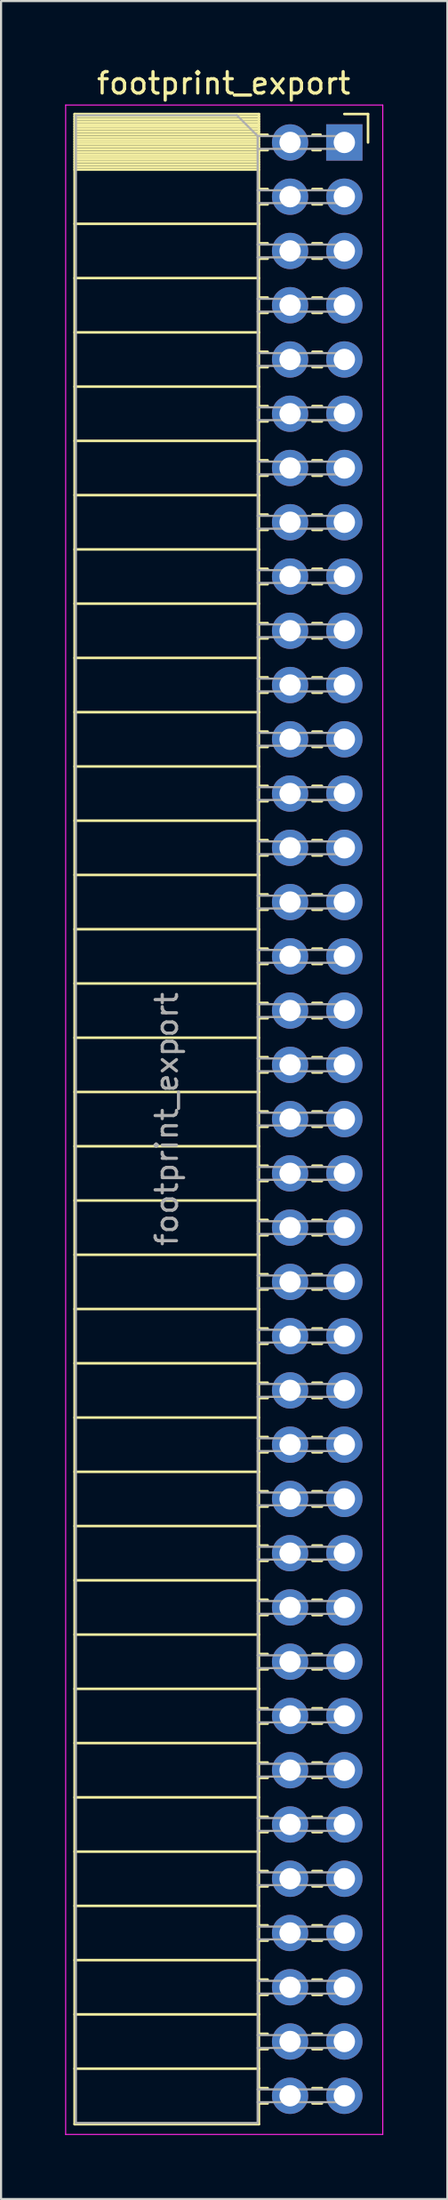
<source format=kicad_pcb>
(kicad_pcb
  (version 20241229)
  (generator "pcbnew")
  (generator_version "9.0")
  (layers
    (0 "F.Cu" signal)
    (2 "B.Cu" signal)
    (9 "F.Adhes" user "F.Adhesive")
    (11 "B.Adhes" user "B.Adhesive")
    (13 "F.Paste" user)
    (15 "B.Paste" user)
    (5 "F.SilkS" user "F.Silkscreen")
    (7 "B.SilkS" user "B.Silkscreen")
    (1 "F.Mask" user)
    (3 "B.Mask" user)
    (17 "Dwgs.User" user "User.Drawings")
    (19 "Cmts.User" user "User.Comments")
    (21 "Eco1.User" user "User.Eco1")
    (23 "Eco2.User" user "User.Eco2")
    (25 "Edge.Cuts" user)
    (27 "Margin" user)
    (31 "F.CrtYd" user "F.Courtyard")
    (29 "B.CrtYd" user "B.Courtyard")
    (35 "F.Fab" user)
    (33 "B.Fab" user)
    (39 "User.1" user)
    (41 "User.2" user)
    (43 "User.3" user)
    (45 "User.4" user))
  (footprint "footprint_export"
    (layer "F.Cu")
    (at 13.075 3.618)
    (property "Reference" "footprint_export" (at -5.65 -2.77 0) (layer "F.SilkS") (effects (font (size 1 1) (thickness 0.15))))
    (attr through_hole)
    (fp_line (start -12.63 -1.33) (end -12.63 92.77) (stroke (width 0.12) (type solid)) (layer "F.SilkS"))
    (fp_line (start -12.63 -1.33) (end -4 -1.33) (stroke (width 0.12) (type solid)) (layer "F.SilkS"))
    (fp_line (start -12.63 -1.21) (end -4 -1.21) (stroke (width 0.12) (type solid)) (layer "F.SilkS"))
    (fp_line (start -12.63 -1.092) (end -4 -1.092) (stroke (width 0.12) (type solid)) (layer "F.SilkS"))
    (fp_line (start -12.63 -0.974) (end -4 -0.974) (stroke (width 0.12) (type solid)) (layer "F.SilkS"))
    (fp_line (start -12.63 -0.856) (end -4 -0.856) (stroke (width 0.12) (type solid)) (layer "F.SilkS"))
    (fp_line (start -12.63 -0.738) (end -4 -0.738) (stroke (width 0.12) (type solid)) (layer "F.SilkS"))
    (fp_line (start -12.63 -0.62) (end -4 -0.62) (stroke (width 0.12) (type solid)) (layer "F.SilkS"))
    (fp_line (start -12.63 -0.501) (end -4 -0.501) (stroke (width 0.12) (type solid)) (layer "F.SilkS"))
    (fp_line (start -12.63 -0.383) (end -4 -0.383) (stroke (width 0.12) (type solid)) (layer "F.SilkS"))
    (fp_line (start -12.63 -0.265) (end -4 -0.265) (stroke (width 0.12) (type solid)) (layer "F.SilkS"))
    (fp_line (start -12.63 -0.147) (end -4 -0.147) (stroke (width 0.12) (type solid)) (layer "F.SilkS"))
    (fp_line (start -12.63 -0.029) (end -4 -0.029) (stroke (width 0.12) (type solid)) (layer "F.SilkS"))
    (fp_line (start -12.63 0.089) (end -4 0.089) (stroke (width 0.12) (type solid)) (layer "F.SilkS"))
    (fp_line (start -12.63 0.207) (end -4 0.207) (stroke (width 0.12) (type solid)) (layer "F.SilkS"))
    (fp_line (start -12.63 0.325) (end -4 0.325) (stroke (width 0.12) (type solid)) (layer "F.SilkS"))
    (fp_line (start -12.63 0.443) (end -4 0.443) (stroke (width 0.12) (type solid)) (layer "F.SilkS"))
    (fp_line (start -12.63 0.561) (end -4 0.561) (stroke (width 0.12) (type solid)) (layer "F.SilkS"))
    (fp_line (start -12.63 0.68) (end -4 0.68) (stroke (width 0.12) (type solid)) (layer "F.SilkS"))
    (fp_line (start -12.63 0.798) (end -4 0.798) (stroke (width 0.12) (type solid)) (layer "F.SilkS"))
    (fp_line (start -12.63 0.916) (end -4 0.916) (stroke (width 0.12) (type solid)) (layer "F.SilkS"))
    (fp_line (start -12.63 1.034) (end -4 1.034) (stroke (width 0.12) (type solid)) (layer "F.SilkS"))
    (fp_line (start -12.63 1.152) (end -4 1.152) (stroke (width 0.12) (type solid)) (layer "F.SilkS"))
    (fp_line (start -12.63 1.27) (end -4 1.27) (stroke (width 0.12) (type solid)) (layer "F.SilkS"))
    (fp_line (start -12.63 3.81) (end -4 3.81) (stroke (width 0.12) (type solid)) (layer "F.SilkS"))
    (fp_line (start -12.63 6.35) (end -4 6.35) (stroke (width 0.12) (type solid)) (layer "F.SilkS"))
    (fp_line (start -12.63 8.89) (end -4 8.89) (stroke (width 0.12) (type solid)) (layer "F.SilkS"))
    (fp_line (start -12.63 11.43) (end -4 11.43) (stroke (width 0.12) (type solid)) (layer "F.SilkS"))
    (fp_line (start -12.63 13.97) (end -4 13.97) (stroke (width 0.12) (type solid)) (layer "F.SilkS"))
    (fp_line (start -12.63 16.51) (end -4 16.51) (stroke (width 0.12) (type solid)) (layer "F.SilkS"))
    (fp_line (start -12.63 19.05) (end -4 19.05) (stroke (width 0.12) (type solid)) (layer "F.SilkS"))
    (fp_line (start -12.63 21.59) (end -4 21.59) (stroke (width 0.12) (type solid)) (layer "F.SilkS"))
    (fp_line (start -12.63 24.13) (end -4 24.13) (stroke (width 0.12) (type solid)) (layer "F.SilkS"))
    (fp_line (start -12.63 26.67) (end -4 26.67) (stroke (width 0.12) (type solid)) (layer "F.SilkS"))
    (fp_line (start -12.63 29.21) (end -4 29.21) (stroke (width 0.12) (type solid)) (layer "F.SilkS"))
    (fp_line (start -12.63 31.75) (end -4 31.75) (stroke (width 0.12) (type solid)) (layer "F.SilkS"))
    (fp_line (start -12.63 34.29) (end -4 34.29) (stroke (width 0.12) (type solid)) (layer "F.SilkS"))
    (fp_line (start -12.63 36.83) (end -4 36.83) (stroke (width 0.12) (type solid)) (layer "F.SilkS"))
    (fp_line (start -12.63 39.37) (end -4 39.37) (stroke (width 0.12) (type solid)) (layer "F.SilkS"))
    (fp_line (start -12.63 41.91) (end -4 41.91) (stroke (width 0.12) (type solid)) (layer "F.SilkS"))
    (fp_line (start -12.63 44.45) (end -4 44.45) (stroke (width 0.12) (type solid)) (layer "F.SilkS"))
    (fp_line (start -12.63 46.99) (end -4 46.99) (stroke (width 0.12) (type solid)) (layer "F.SilkS"))
    (fp_line (start -12.63 49.53) (end -4 49.53) (stroke (width 0.12) (type solid)) (layer "F.SilkS"))
    (fp_line (start -12.63 52.07) (end -4 52.07) (stroke (width 0.12) (type solid)) (layer "F.SilkS"))
    (fp_line (start -12.63 54.61) (end -4 54.61) (stroke (width 0.12) (type solid)) (layer "F.SilkS"))
    (fp_line (start -12.63 57.15) (end -4 57.15) (stroke (width 0.12) (type solid)) (layer "F.SilkS"))
    (fp_line (start -12.63 59.69) (end -4 59.69) (stroke (width 0.12) (type solid)) (layer "F.SilkS"))
    (fp_line (start -12.63 62.23) (end -4 62.23) (stroke (width 0.12) (type solid)) (layer "F.SilkS"))
    (fp_line (start -12.63 64.77) (end -4 64.77) (stroke (width 0.12) (type solid)) (layer "F.SilkS"))
    (fp_line (start -12.63 67.31) (end -4 67.31) (stroke (width 0.12) (type solid)) (layer "F.SilkS"))
    (fp_line (start -12.63 69.85) (end -4 69.85) (stroke (width 0.12) (type solid)) (layer "F.SilkS"))
    (fp_line (start -12.63 72.39) (end -4 72.39) (stroke (width 0.12) (type solid)) (layer "F.SilkS"))
    (fp_line (start -12.63 74.93) (end -4 74.93) (stroke (width 0.12) (type solid)) (layer "F.SilkS"))
    (fp_line (start -12.63 77.47) (end -4 77.47) (stroke (width 0.12) (type solid)) (layer "F.SilkS"))
    (fp_line (start -12.63 80.01) (end -4 80.01) (stroke (width 0.12) (type solid)) (layer "F.SilkS"))
    (fp_line (start -12.63 82.55) (end -4 82.55) (stroke (width 0.12) (type solid)) (layer "F.SilkS"))
    (fp_line (start -12.63 85.09) (end -4 85.09) (stroke (width 0.12) (type solid)) (layer "F.SilkS"))
    (fp_line (start -12.63 87.63) (end -4 87.63) (stroke (width 0.12) (type solid)) (layer "F.SilkS"))
    (fp_line (start -12.63 90.17) (end -4 90.17) (stroke (width 0.12) (type solid)) (layer "F.SilkS"))
    (fp_line (start -12.63 92.77) (end -4 92.77) (stroke (width 0.12) (type solid)) (layer "F.SilkS"))
    (fp_line (start -4 -1.33) (end -4 92.77) (stroke (width 0.12) (type solid)) (layer "F.SilkS"))
    (fp_line (start -4 -0.36) (end -3.59 -0.36) (stroke (width 0.12) (type solid)) (layer "F.SilkS"))
    (fp_line (start -4 0.36) (end -3.59 0.36) (stroke (width 0.12) (type solid)) (layer "F.SilkS"))
    (fp_line (start -4 2.18) (end -3.59 2.18) (stroke (width 0.12) (type solid)) (layer "F.SilkS"))
    (fp_line (start -4 2.9) (end -3.59 2.9) (stroke (width 0.12) (type solid)) (layer "F.SilkS"))
    (fp_line (start -4 4.72) (end -3.59 4.72) (stroke (width 0.12) (type solid)) (layer "F.SilkS"))
    (fp_line (start -4 5.44) (end -3.59 5.44) (stroke (width 0.12) (type solid)) (layer "F.SilkS"))
    (fp_line (start -4 7.26) (end -3.59 7.26) (stroke (width 0.12) (type solid)) (layer "F.SilkS"))
    (fp_line (start -4 7.98) (end -3.59 7.98) (stroke (width 0.12) (type solid)) (layer "F.SilkS"))
    (fp_line (start -4 9.8) (end -3.59 9.8) (stroke (width 0.12) (type solid)) (layer "F.SilkS"))
    (fp_line (start -4 10.52) (end -3.59 10.52) (stroke (width 0.12) (type solid)) (layer "F.SilkS"))
    (fp_line (start -4 12.34) (end -3.59 12.34) (stroke (width 0.12) (type solid)) (layer "F.SilkS"))
    (fp_line (start -4 13.06) (end -3.59 13.06) (stroke (width 0.12) (type solid)) (layer "F.SilkS"))
    (fp_line (start -4 14.88) (end -3.59 14.88) (stroke (width 0.12) (type solid)) (layer "F.SilkS"))
    (fp_line (start -4 15.6) (end -3.59 15.6) (stroke (width 0.12) (type solid)) (layer "F.SilkS"))
    (fp_line (start -4 17.42) (end -3.59 17.42) (stroke (width 0.12) (type solid)) (layer "F.SilkS"))
    (fp_line (start -4 18.14) (end -3.59 18.14) (stroke (width 0.12) (type solid)) (layer "F.SilkS"))
    (fp_line (start -4 19.96) (end -3.59 19.96) (stroke (width 0.12) (type solid)) (layer "F.SilkS"))
    (fp_line (start -4 20.68) (end -3.59 20.68) (stroke (width 0.12) (type solid)) (layer "F.SilkS"))
    (fp_line (start -4 22.5) (end -3.59 22.5) (stroke (width 0.12) (type solid)) (layer "F.SilkS"))
    (fp_line (start -4 23.22) (end -3.59 23.22) (stroke (width 0.12) (type solid)) (layer "F.SilkS"))
    (fp_line (start -4 25.04) (end -3.59 25.04) (stroke (width 0.12) (type solid)) (layer "F.SilkS"))
    (fp_line (start -4 25.76) (end -3.59 25.76) (stroke (width 0.12) (type solid)) (layer "F.SilkS"))
    (fp_line (start -4 27.58) (end -3.59 27.58) (stroke (width 0.12) (type solid)) (layer "F.SilkS"))
    (fp_line (start -4 28.3) (end -3.59 28.3) (stroke (width 0.12) (type solid)) (layer "F.SilkS"))
    (fp_line (start -4 30.12) (end -3.59 30.12) (stroke (width 0.12) (type solid)) (layer "F.SilkS"))
    (fp_line (start -4 30.84) (end -3.59 30.84) (stroke (width 0.12) (type solid)) (layer "F.SilkS"))
    (fp_line (start -4 32.66) (end -3.59 32.66) (stroke (width 0.12) (type solid)) (layer "F.SilkS"))
    (fp_line (start -4 33.38) (end -3.59 33.38) (stroke (width 0.12) (type solid)) (layer "F.SilkS"))
    (fp_line (start -4 35.2) (end -3.59 35.2) (stroke (width 0.12) (type solid)) (layer "F.SilkS"))
    (fp_line (start -4 35.92) (end -3.59 35.92) (stroke (width 0.12) (type solid)) (layer "F.SilkS"))
    (fp_line (start -4 37.74) (end -3.59 37.74) (stroke (width 0.12) (type solid)) (layer "F.SilkS"))
    (fp_line (start -4 38.46) (end -3.59 38.46) (stroke (width 0.12) (type solid)) (layer "F.SilkS"))
    (fp_line (start -4 40.28) (end -3.59 40.28) (stroke (width 0.12) (type solid)) (layer "F.SilkS"))
    (fp_line (start -4 41) (end -3.59 41) (stroke (width 0.12) (type solid)) (layer "F.SilkS"))
    (fp_line (start -4 42.82) (end -3.59 42.82) (stroke (width 0.12) (type solid)) (layer "F.SilkS"))
    (fp_line (start -4 43.54) (end -3.59 43.54) (stroke (width 0.12) (type solid)) (layer "F.SilkS"))
    (fp_line (start -4 45.36) (end -3.59 45.36) (stroke (width 0.12) (type solid)) (layer "F.SilkS"))
    (fp_line (start -4 46.08) (end -3.59 46.08) (stroke (width 0.12) (type solid)) (layer "F.SilkS"))
    (fp_line (start -4 47.9) (end -3.59 47.9) (stroke (width 0.12) (type solid)) (layer "F.SilkS"))
    (fp_line (start -4 48.62) (end -3.59 48.62) (stroke (width 0.12) (type solid)) (layer "F.SilkS"))
    (fp_line (start -4 50.44) (end -3.59 50.44) (stroke (width 0.12) (type solid)) (layer "F.SilkS"))
    (fp_line (start -4 51.16) (end -3.59 51.16) (stroke (width 0.12) (type solid)) (layer "F.SilkS"))
    (fp_line (start -4 52.98) (end -3.59 52.98) (stroke (width 0.12) (type solid)) (layer "F.SilkS"))
    (fp_line (start -4 53.7) (end -3.59 53.7) (stroke (width 0.12) (type solid)) (layer "F.SilkS"))
    (fp_line (start -4 55.52) (end -3.59 55.52) (stroke (width 0.12) (type solid)) (layer "F.SilkS"))
    (fp_line (start -4 56.24) (end -3.59 56.24) (stroke (width 0.12) (type solid)) (layer "F.SilkS"))
    (fp_line (start -4 58.06) (end -3.59 58.06) (stroke (width 0.12) (type solid)) (layer "F.SilkS"))
    (fp_line (start -4 58.78) (end -3.59 58.78) (stroke (width 0.12) (type solid)) (layer "F.SilkS"))
    (fp_line (start -4 60.6) (end -3.59 60.6) (stroke (width 0.12) (type solid)) (layer "F.SilkS"))
    (fp_line (start -4 61.32) (end -3.59 61.32) (stroke (width 0.12) (type solid)) (layer "F.SilkS"))
    (fp_line (start -4 63.14) (end -3.59 63.14) (stroke (width 0.12) (type solid)) (layer "F.SilkS"))
    (fp_line (start -4 63.86) (end -3.59 63.86) (stroke (width 0.12) (type solid)) (layer "F.SilkS"))
    (fp_line (start -4 65.68) (end -3.59 65.68) (stroke (width 0.12) (type solid)) (layer "F.SilkS"))
    (fp_line (start -4 66.4) (end -3.59 66.4) (stroke (width 0.12) (type solid)) (layer "F.SilkS"))
    (fp_line (start -4 68.22) (end -3.59 68.22) (stroke (width 0.12) (type solid)) (layer "F.SilkS"))
    (fp_line (start -4 68.94) (end -3.59 68.94) (stroke (width 0.12) (type solid)) (layer "F.SilkS"))
    (fp_line (start -4 70.76) (end -3.59 70.76) (stroke (width 0.12) (type solid)) (layer "F.SilkS"))
    (fp_line (start -4 71.48) (end -3.59 71.48) (stroke (width 0.12) (type solid)) (layer "F.SilkS"))
    (fp_line (start -4 73.3) (end -3.59 73.3) (stroke (width 0.12) (type solid)) (layer "F.SilkS"))
    (fp_line (start -4 74.02) (end -3.59 74.02) (stroke (width 0.12) (type solid)) (layer "F.SilkS"))
    (fp_line (start -4 75.84) (end -3.59 75.84) (stroke (width 0.12) (type solid)) (layer "F.SilkS"))
    (fp_line (start -4 76.56) (end -3.59 76.56) (stroke (width 0.12) (type solid)) (layer "F.SilkS"))
    (fp_line (start -4 78.38) (end -3.59 78.38) (stroke (width 0.12) (type solid)) (layer "F.SilkS"))
    (fp_line (start -4 79.1) (end -3.59 79.1) (stroke (width 0.12) (type solid)) (layer "F.SilkS"))
    (fp_line (start -4 80.92) (end -3.59 80.92) (stroke (width 0.12) (type solid)) (layer "F.SilkS"))
    (fp_line (start -4 81.64) (end -3.59 81.64) (stroke (width 0.12) (type solid)) (layer "F.SilkS"))
    (fp_line (start -4 83.46) (end -3.59 83.46) (stroke (width 0.12) (type solid)) (layer "F.SilkS"))
    (fp_line (start -4 84.18) (end -3.59 84.18) (stroke (width 0.12) (type solid)) (layer "F.SilkS"))
    (fp_line (start -4 86) (end -3.59 86) (stroke (width 0.12) (type solid)) (layer "F.SilkS"))
    (fp_line (start -4 86.72) (end -3.59 86.72) (stroke (width 0.12) (type solid)) (layer "F.SilkS"))
    (fp_line (start -4 88.54) (end -3.59 88.54) (stroke (width 0.12) (type solid)) (layer "F.SilkS"))
    (fp_line (start -4 89.26) (end -3.59 89.26) (stroke (width 0.12) (type solid)) (layer "F.SilkS"))
    (fp_line (start -4 91.08) (end -3.59 91.08) (stroke (width 0.12) (type solid)) (layer "F.SilkS"))
    (fp_line (start -4 91.8) (end -3.59 91.8) (stroke (width 0.12) (type solid)) (layer "F.SilkS"))
    (fp_line (start -1.49 -0.36) (end -1.11 -0.36) (stroke (width 0.12) (type solid)) (layer "F.SilkS"))
    (fp_line (start -1.49 0.36) (end -1.11 0.36) (stroke (width 0.12) (type solid)) (layer "F.SilkS"))
    (fp_line (start -1.49 2.18) (end -1.05 2.18) (stroke (width 0.12) (type solid)) (layer "F.SilkS"))
    (fp_line (start -1.49 2.9) (end -1.05 2.9) (stroke (width 0.12) (type solid)) (layer "F.SilkS"))
    (fp_line (start -1.49 4.72) (end -1.05 4.72) (stroke (width 0.12) (type solid)) (layer "F.SilkS"))
    (fp_line (start -1.49 5.44) (end -1.05 5.44) (stroke (width 0.12) (type solid)) (layer "F.SilkS"))
    (fp_line (start -1.49 7.26) (end -1.05 7.26) (stroke (width 0.12) (type solid)) (layer "F.SilkS"))
    (fp_line (start -1.49 7.98) (end -1.05 7.98) (stroke (width 0.12) (type solid)) (layer "F.SilkS"))
    (fp_line (start -1.49 9.8) (end -1.05 9.8) (stroke (width 0.12) (type solid)) (layer "F.SilkS"))
    (fp_line (start -1.49 10.52) (end -1.05 10.52) (stroke (width 0.12) (type solid)) (layer "F.SilkS"))
    (fp_line (start -1.49 12.34) (end -1.05 12.34) (stroke (width 0.12) (type solid)) (layer "F.SilkS"))
    (fp_line (start -1.49 13.06) (end -1.05 13.06) (stroke (width 0.12) (type solid)) (layer "F.SilkS"))
    (fp_line (start -1.49 14.88) (end -1.05 14.88) (stroke (width 0.12) (type solid)) (layer "F.SilkS"))
    (fp_line (start -1.49 15.6) (end -1.05 15.6) (stroke (width 0.12) (type solid)) (layer "F.SilkS"))
    (fp_line (start -1.49 17.42) (end -1.05 17.42) (stroke (width 0.12) (type solid)) (layer "F.SilkS"))
    (fp_line (start -1.49 18.14) (end -1.05 18.14) (stroke (width 0.12) (type solid)) (layer "F.SilkS"))
    (fp_line (start -1.49 19.96) (end -1.05 19.96) (stroke (width 0.12) (type solid)) (layer "F.SilkS"))
    (fp_line (start -1.49 20.68) (end -1.05 20.68) (stroke (width 0.12) (type solid)) (layer "F.SilkS"))
    (fp_line (start -1.49 22.5) (end -1.05 22.5) (stroke (width 0.12) (type solid)) (layer "F.SilkS"))
    (fp_line (start -1.49 23.22) (end -1.05 23.22) (stroke (width 0.12) (type solid)) (layer "F.SilkS"))
    (fp_line (start -1.49 25.04) (end -1.05 25.04) (stroke (width 0.12) (type solid)) (layer "F.SilkS"))
    (fp_line (start -1.49 25.76) (end -1.05 25.76) (stroke (width 0.12) (type solid)) (layer "F.SilkS"))
    (fp_line (start -1.49 27.58) (end -1.05 27.58) (stroke (width 0.12) (type solid)) (layer "F.SilkS"))
    (fp_line (start -1.49 28.3) (end -1.05 28.3) (stroke (width 0.12) (type solid)) (layer "F.SilkS"))
    (fp_line (start -1.49 30.12) (end -1.05 30.12) (stroke (width 0.12) (type solid)) (layer "F.SilkS"))
    (fp_line (start -1.49 30.84) (end -1.05 30.84) (stroke (width 0.12) (type solid)) (layer "F.SilkS"))
    (fp_line (start -1.49 32.66) (end -1.05 32.66) (stroke (width 0.12) (type solid)) (layer "F.SilkS"))
    (fp_line (start -1.49 33.38) (end -1.05 33.38) (stroke (width 0.12) (type solid)) (layer "F.SilkS"))
    (fp_line (start -1.49 35.2) (end -1.05 35.2) (stroke (width 0.12) (type solid)) (layer "F.SilkS"))
    (fp_line (start -1.49 35.92) (end -1.05 35.92) (stroke (width 0.12) (type solid)) (layer "F.SilkS"))
    (fp_line (start -1.49 37.74) (end -1.05 37.74) (stroke (width 0.12) (type solid)) (layer "F.SilkS"))
    (fp_line (start -1.49 38.46) (end -1.05 38.46) (stroke (width 0.12) (type solid)) (layer "F.SilkS"))
    (fp_line (start -1.49 40.28) (end -1.05 40.28) (stroke (width 0.12) (type solid)) (layer "F.SilkS"))
    (fp_line (start -1.49 41) (end -1.05 41) (stroke (width 0.12) (type solid)) (layer "F.SilkS"))
    (fp_line (start -1.49 42.82) (end -1.05 42.82) (stroke (width 0.12) (type solid)) (layer "F.SilkS"))
    (fp_line (start -1.49 43.54) (end -1.05 43.54) (stroke (width 0.12) (type solid)) (layer "F.SilkS"))
    (fp_line (start -1.49 45.36) (end -1.05 45.36) (stroke (width 0.12) (type solid)) (layer "F.SilkS"))
    (fp_line (start -1.49 46.08) (end -1.05 46.08) (stroke (width 0.12) (type solid)) (layer "F.SilkS"))
    (fp_line (start -1.49 47.9) (end -1.05 47.9) (stroke (width 0.12) (type solid)) (layer "F.SilkS"))
    (fp_line (start -1.49 48.62) (end -1.05 48.62) (stroke (width 0.12) (type solid)) (layer "F.SilkS"))
    (fp_line (start -1.49 50.44) (end -1.05 50.44) (stroke (width 0.12) (type solid)) (layer "F.SilkS"))
    (fp_line (start -1.49 51.16) (end -1.05 51.16) (stroke (width 0.12) (type solid)) (layer "F.SilkS"))
    (fp_line (start -1.49 52.98) (end -1.05 52.98) (stroke (width 0.12) (type solid)) (layer "F.SilkS"))
    (fp_line (start -1.49 53.7) (end -1.05 53.7) (stroke (width 0.12) (type solid)) (layer "F.SilkS"))
    (fp_line (start -1.49 55.52) (end -1.05 55.52) (stroke (width 0.12) (type solid)) (layer "F.SilkS"))
    (fp_line (start -1.49 56.24) (end -1.05 56.24) (stroke (width 0.12) (type solid)) (layer "F.SilkS"))
    (fp_line (start -1.49 58.06) (end -1.05 58.06) (stroke (width 0.12) (type solid)) (layer "F.SilkS"))
    (fp_line (start -1.49 58.78) (end -1.05 58.78) (stroke (width 0.12) (type solid)) (layer "F.SilkS"))
    (fp_line (start -1.49 60.6) (end -1.05 60.6) (stroke (width 0.12) (type solid)) (layer "F.SilkS"))
    (fp_line (start -1.49 61.32) (end -1.05 61.32) (stroke (width 0.12) (type solid)) (layer "F.SilkS"))
    (fp_line (start -1.49 63.14) (end -1.05 63.14) (stroke (width 0.12) (type solid)) (layer "F.SilkS"))
    (fp_line (start -1.49 63.86) (end -1.05 63.86) (stroke (width 0.12) (type solid)) (layer "F.SilkS"))
    (fp_line (start -1.49 65.68) (end -1.05 65.68) (stroke (width 0.12) (type solid)) (layer "F.SilkS"))
    (fp_line (start -1.49 66.4) (end -1.05 66.4) (stroke (width 0.12) (type solid)) (layer "F.SilkS"))
    (fp_line (start -1.49 68.22) (end -1.05 68.22) (stroke (width 0.12) (type solid)) (layer "F.SilkS"))
    (fp_line (start -1.49 68.94) (end -1.05 68.94) (stroke (width 0.12) (type solid)) (layer "F.SilkS"))
    (fp_line (start -1.49 70.76) (end -1.05 70.76) (stroke (width 0.12) (type solid)) (layer "F.SilkS"))
    (fp_line (start -1.49 71.48) (end -1.05 71.48) (stroke (width 0.12) (type solid)) (layer "F.SilkS"))
    (fp_line (start -1.49 73.3) (end -1.05 73.3) (stroke (width 0.12) (type solid)) (layer "F.SilkS"))
    (fp_line (start -1.49 74.02) (end -1.05 74.02) (stroke (width 0.12) (type solid)) (layer "F.SilkS"))
    (fp_line (start -1.49 75.84) (end -1.05 75.84) (stroke (width 0.12) (type solid)) (layer "F.SilkS"))
    (fp_line (start -1.49 76.56) (end -1.05 76.56) (stroke (width 0.12) (type solid)) (layer "F.SilkS"))
    (fp_line (start -1.49 78.38) (end -1.05 78.38) (stroke (width 0.12) (type solid)) (layer "F.SilkS"))
    (fp_line (start -1.49 79.1) (end -1.05 79.1) (stroke (width 0.12) (type solid)) (layer "F.SilkS"))
    (fp_line (start -1.49 80.92) (end -1.05 80.92) (stroke (width 0.12) (type solid)) (layer "F.SilkS"))
    (fp_line (start -1.49 81.64) (end -1.05 81.64) (stroke (width 0.12) (type solid)) (layer "F.SilkS"))
    (fp_line (start -1.49 83.46) (end -1.05 83.46) (stroke (width 0.12) (type solid)) (layer "F.SilkS"))
    (fp_line (start -1.49 84.18) (end -1.05 84.18) (stroke (width 0.12) (type solid)) (layer "F.SilkS"))
    (fp_line (start -1.49 86) (end -1.05 86) (stroke (width 0.12) (type solid)) (layer "F.SilkS"))
    (fp_line (start -1.49 86.72) (end -1.05 86.72) (stroke (width 0.12) (type solid)) (layer "F.SilkS"))
    (fp_line (start -1.49 88.54) (end -1.05 88.54) (stroke (width 0.12) (type solid)) (layer "F.SilkS"))
    (fp_line (start -1.49 89.26) (end -1.05 89.26) (stroke (width 0.12) (type solid)) (layer "F.SilkS"))
    (fp_line (start -1.49 91.08) (end -1.05 91.08) (stroke (width 0.12) (type solid)) (layer "F.SilkS"))
    (fp_line (start -1.49 91.8) (end -1.05 91.8) (stroke (width 0.12) (type solid)) (layer "F.SilkS"))
    (fp_line (start 0 -1.33) (end 1.11 -1.33) (stroke (width 0.12) (type solid)) (layer "F.SilkS"))
    (fp_line (start 1.11 -1.33) (end 1.11 0) (stroke (width 0.12) (type solid)) (layer "F.SilkS"))
    (fp_line (start -13.05 -1.75) (end -13.05 93.25) (stroke (width 0.05) (type solid)) (layer "F.CrtYd"))
    (fp_line (start -13.05 93.25) (end 1.8 93.25) (stroke (width 0.05) (type solid)) (layer "F.CrtYd"))
    (fp_line (start 1.8 -1.75) (end -13.05 -1.75) (stroke (width 0.05) (type solid)) (layer "F.CrtYd"))
    (fp_line (start 1.8 93.25) (end 1.8 -1.75) (stroke (width 0.05) (type solid)) (layer "F.CrtYd"))
    (fp_line (start -12.57 -1.27) (end -5.03 -1.27) (stroke (width 0.1) (type solid)) (layer "F.Fab"))
    (fp_line (start -12.57 92.71) (end -12.57 -1.27) (stroke (width 0.1) (type solid)) (layer "F.Fab"))
    (fp_line (start -5.03 -1.27) (end -4.06 -0.3) (stroke (width 0.1) (type solid)) (layer "F.Fab"))
    (fp_line (start -4.06 -0.3) (end -4.06 92.71) (stroke (width 0.1) (type solid)) (layer "F.Fab"))
    (fp_line (start -4.06 0.3) (end 0 0.3) (stroke (width 0.1) (type solid)) (layer "F.Fab"))
    (fp_line (start -4.06 2.84) (end 0 2.84) (stroke (width 0.1) (type solid)) (layer "F.Fab"))
    (fp_line (start -4.06 5.38) (end 0 5.38) (stroke (width 0.1) (type solid)) (layer "F.Fab"))
    (fp_line (start -4.06 7.92) (end 0 7.92) (stroke (width 0.1) (type solid)) (layer "F.Fab"))
    (fp_line (start -4.06 10.46) (end 0 10.46) (stroke (width 0.1) (type solid)) (layer "F.Fab"))
    (fp_line (start -4.06 13) (end 0 13) (stroke (width 0.1) (type solid)) (layer "F.Fab"))
    (fp_line (start -4.06 15.54) (end 0 15.54) (stroke (width 0.1) (type solid)) (layer "F.Fab"))
    (fp_line (start -4.06 18.08) (end 0 18.08) (stroke (width 0.1) (type solid)) (layer "F.Fab"))
    (fp_line (start -4.06 20.62) (end 0 20.62) (stroke (width 0.1) (type solid)) (layer "F.Fab"))
    (fp_line (start -4.06 23.16) (end 0 23.16) (stroke (width 0.1) (type solid)) (layer "F.Fab"))
    (fp_line (start -4.06 25.7) (end 0 25.7) (stroke (width 0.1) (type solid)) (layer "F.Fab"))
    (fp_line (start -4.06 28.24) (end 0 28.24) (stroke (width 0.1) (type solid)) (layer "F.Fab"))
    (fp_line (start -4.06 30.78) (end 0 30.78) (stroke (width 0.1) (type solid)) (layer "F.Fab"))
    (fp_line (start -4.06 33.32) (end 0 33.32) (stroke (width 0.1) (type solid)) (layer "F.Fab"))
    (fp_line (start -4.06 35.86) (end 0 35.86) (stroke (width 0.1) (type solid)) (layer "F.Fab"))
    (fp_line (start -4.06 38.4) (end 0 38.4) (stroke (width 0.1) (type solid)) (layer "F.Fab"))
    (fp_line (start -4.06 40.94) (end 0 40.94) (stroke (width 0.1) (type solid)) (layer "F.Fab"))
    (fp_line (start -4.06 43.48) (end 0 43.48) (stroke (width 0.1) (type solid)) (layer "F.Fab"))
    (fp_line (start -4.06 46.02) (end 0 46.02) (stroke (width 0.1) (type solid)) (layer "F.Fab"))
    (fp_line (start -4.06 48.56) (end 0 48.56) (stroke (width 0.1) (type solid)) (layer "F.Fab"))
    (fp_line (start -4.06 51.1) (end 0 51.1) (stroke (width 0.1) (type solid)) (layer "F.Fab"))
    (fp_line (start -4.06 53.64) (end 0 53.64) (stroke (width 0.1) (type solid)) (layer "F.Fab"))
    (fp_line (start -4.06 56.18) (end 0 56.18) (stroke (width 0.1) (type solid)) (layer "F.Fab"))
    (fp_line (start -4.06 58.72) (end 0 58.72) (stroke (width 0.1) (type solid)) (layer "F.Fab"))
    (fp_line (start -4.06 61.26) (end 0 61.26) (stroke (width 0.1) (type solid)) (layer "F.Fab"))
    (fp_line (start -4.06 63.8) (end 0 63.8) (stroke (width 0.1) (type solid)) (layer "F.Fab"))
    (fp_line (start -4.06 66.34) (end 0 66.34) (stroke (width 0.1) (type solid)) (layer "F.Fab"))
    (fp_line (start -4.06 68.88) (end 0 68.88) (stroke (width 0.1) (type solid)) (layer "F.Fab"))
    (fp_line (start -4.06 71.42) (end 0 71.42) (stroke (width 0.1) (type solid)) (layer "F.Fab"))
    (fp_line (start -4.06 73.96) (end 0 73.96) (stroke (width 0.1) (type solid)) (layer "F.Fab"))
    (fp_line (start -4.06 76.5) (end 0 76.5) (stroke (width 0.1) (type solid)) (layer "F.Fab"))
    (fp_line (start -4.06 79.04) (end 0 79.04) (stroke (width 0.1) (type solid)) (layer "F.Fab"))
    (fp_line (start -4.06 81.58) (end 0 81.58) (stroke (width 0.1) (type solid)) (layer "F.Fab"))
    (fp_line (start -4.06 84.12) (end 0 84.12) (stroke (width 0.1) (type solid)) (layer "F.Fab"))
    (fp_line (start -4.06 86.66) (end 0 86.66) (stroke (width 0.1) (type solid)) (layer "F.Fab"))
    (fp_line (start -4.06 89.2) (end 0 89.2) (stroke (width 0.1) (type solid)) (layer "F.Fab"))
    (fp_line (start -4.06 91.74) (end 0 91.74) (stroke (width 0.1) (type solid)) (layer "F.Fab"))
    (fp_line (start -4.06 92.71) (end -12.57 92.71) (stroke (width 0.1) (type solid)) (layer "F.Fab"))
    (fp_line (start 0 -0.3) (end -4.06 -0.3) (stroke (width 0.1) (type solid)) (layer "F.Fab"))
    (fp_line (start 0 0.3) (end 0 -0.3) (stroke (width 0.1) (type solid)) (layer "F.Fab"))
    (fp_line (start 0 2.24) (end -4.06 2.24) (stroke (width 0.1) (type solid)) (layer "F.Fab"))
    (fp_line (start 0 2.84) (end 0 2.24) (stroke (width 0.1) (type solid)) (layer "F.Fab"))
    (fp_line (start 0 4.78) (end -4.06 4.78) (stroke (width 0.1) (type solid)) (layer "F.Fab"))
    (fp_line (start 0 5.38) (end 0 4.78) (stroke (width 0.1) (type solid)) (layer "F.Fab"))
    (fp_line (start 0 7.32) (end -4.06 7.32) (stroke (width 0.1) (type solid)) (layer "F.Fab"))
    (fp_line (start 0 7.92) (end 0 7.32) (stroke (width 0.1) (type solid)) (layer "F.Fab"))
    (fp_line (start 0 9.86) (end -4.06 9.86) (stroke (width 0.1) (type solid)) (layer "F.Fab"))
    (fp_line (start 0 10.46) (end 0 9.86) (stroke (width 0.1) (type solid)) (layer "F.Fab"))
    (fp_line (start 0 12.4) (end -4.06 12.4) (stroke (width 0.1) (type solid)) (layer "F.Fab"))
    (fp_line (start 0 13) (end 0 12.4) (stroke (width 0.1) (type solid)) (layer "F.Fab"))
    (fp_line (start 0 14.94) (end -4.06 14.94) (stroke (width 0.1) (type solid)) (layer "F.Fab"))
    (fp_line (start 0 15.54) (end 0 14.94) (stroke (width 0.1) (type solid)) (layer "F.Fab"))
    (fp_line (start 0 17.48) (end -4.06 17.48) (stroke (width 0.1) (type solid)) (layer "F.Fab"))
    (fp_line (start 0 18.08) (end 0 17.48) (stroke (width 0.1) (type solid)) (layer "F.Fab"))
    (fp_line (start 0 20.02) (end -4.06 20.02) (stroke (width 0.1) (type solid)) (layer "F.Fab"))
    (fp_line (start 0 20.62) (end 0 20.02) (stroke (width 0.1) (type solid)) (layer "F.Fab"))
    (fp_line (start 0 22.56) (end -4.06 22.56) (stroke (width 0.1) (type solid)) (layer "F.Fab"))
    (fp_line (start 0 23.16) (end 0 22.56) (stroke (width 0.1) (type solid)) (layer "F.Fab"))
    (fp_line (start 0 25.1) (end -4.06 25.1) (stroke (width 0.1) (type solid)) (layer "F.Fab"))
    (fp_line (start 0 25.7) (end 0 25.1) (stroke (width 0.1) (type solid)) (layer "F.Fab"))
    (fp_line (start 0 27.64) (end -4.06 27.64) (stroke (width 0.1) (type solid)) (layer "F.Fab"))
    (fp_line (start 0 28.24) (end 0 27.64) (stroke (width 0.1) (type solid)) (layer "F.Fab"))
    (fp_line (start 0 30.18) (end -4.06 30.18) (stroke (width 0.1) (type solid)) (layer "F.Fab"))
    (fp_line (start 0 30.78) (end 0 30.18) (stroke (width 0.1) (type solid)) (layer "F.Fab"))
    (fp_line (start 0 32.72) (end -4.06 32.72) (stroke (width 0.1) (type solid)) (layer "F.Fab"))
    (fp_line (start 0 33.32) (end 0 32.72) (stroke (width 0.1) (type solid)) (layer "F.Fab"))
    (fp_line (start 0 35.26) (end -4.06 35.26) (stroke (width 0.1) (type solid)) (layer "F.Fab"))
    (fp_line (start 0 35.86) (end 0 35.26) (stroke (width 0.1) (type solid)) (layer "F.Fab"))
    (fp_line (start 0 37.8) (end -4.06 37.8) (stroke (width 0.1) (type solid)) (layer "F.Fab"))
    (fp_line (start 0 38.4) (end 0 37.8) (stroke (width 0.1) (type solid)) (layer "F.Fab"))
    (fp_line (start 0 40.34) (end -4.06 40.34) (stroke (width 0.1) (type solid)) (layer "F.Fab"))
    (fp_line (start 0 40.94) (end 0 40.34) (stroke (width 0.1) (type solid)) (layer "F.Fab"))
    (fp_line (start 0 42.88) (end -4.06 42.88) (stroke (width 0.1) (type solid)) (layer "F.Fab"))
    (fp_line (start 0 43.48) (end 0 42.88) (stroke (width 0.1) (type solid)) (layer "F.Fab"))
    (fp_line (start 0 45.42) (end -4.06 45.42) (stroke (width 0.1) (type solid)) (layer "F.Fab"))
    (fp_line (start 0 46.02) (end 0 45.42) (stroke (width 0.1) (type solid)) (layer "F.Fab"))
    (fp_line (start 0 47.96) (end -4.06 47.96) (stroke (width 0.1) (type solid)) (layer "F.Fab"))
    (fp_line (start 0 48.56) (end 0 47.96) (stroke (width 0.1) (type solid)) (layer "F.Fab"))
    (fp_line (start 0 50.5) (end -4.06 50.5) (stroke (width 0.1) (type solid)) (layer "F.Fab"))
    (fp_line (start 0 51.1) (end 0 50.5) (stroke (width 0.1) (type solid)) (layer "F.Fab"))
    (fp_line (start 0 53.04) (end -4.06 53.04) (stroke (width 0.1) (type solid)) (layer "F.Fab"))
    (fp_line (start 0 53.64) (end 0 53.04) (stroke (width 0.1) (type solid)) (layer "F.Fab"))
    (fp_line (start 0 55.58) (end -4.06 55.58) (stroke (width 0.1) (type solid)) (layer "F.Fab"))
    (fp_line (start 0 56.18) (end 0 55.58) (stroke (width 0.1) (type solid)) (layer "F.Fab"))
    (fp_line (start 0 58.12) (end -4.06 58.12) (stroke (width 0.1) (type solid)) (layer "F.Fab"))
    (fp_line (start 0 58.72) (end 0 58.12) (stroke (width 0.1) (type solid)) (layer "F.Fab"))
    (fp_line (start 0 60.66) (end -4.06 60.66) (stroke (width 0.1) (type solid)) (layer "F.Fab"))
    (fp_line (start 0 61.26) (end 0 60.66) (stroke (width 0.1) (type solid)) (layer "F.Fab"))
    (fp_line (start 0 63.2) (end -4.06 63.2) (stroke (width 0.1) (type solid)) (layer "F.Fab"))
    (fp_line (start 0 63.8) (end 0 63.2) (stroke (width 0.1) (type solid)) (layer "F.Fab"))
    (fp_line (start 0 65.74) (end -4.06 65.74) (stroke (width 0.1) (type solid)) (layer "F.Fab"))
    (fp_line (start 0 66.34) (end 0 65.74) (stroke (width 0.1) (type solid)) (layer "F.Fab"))
    (fp_line (start 0 68.28) (end -4.06 68.28) (stroke (width 0.1) (type solid)) (layer "F.Fab"))
    (fp_line (start 0 68.88) (end 0 68.28) (stroke (width 0.1) (type solid)) (layer "F.Fab"))
    (fp_line (start 0 70.82) (end -4.06 70.82) (stroke (width 0.1) (type solid)) (layer "F.Fab"))
    (fp_line (start 0 71.42) (end 0 70.82) (stroke (width 0.1) (type solid)) (layer "F.Fab"))
    (fp_line (start 0 73.36) (end -4.06 73.36) (stroke (width 0.1) (type solid)) (layer "F.Fab"))
    (fp_line (start 0 73.96) (end 0 73.36) (stroke (width 0.1) (type solid)) (layer "F.Fab"))
    (fp_line (start 0 75.9) (end -4.06 75.9) (stroke (width 0.1) (type solid)) (layer "F.Fab"))
    (fp_line (start 0 76.5) (end 0 75.9) (stroke (width 0.1) (type solid)) (layer "F.Fab"))
    (fp_line (start 0 78.44) (end -4.06 78.44) (stroke (width 0.1) (type solid)) (layer "F.Fab"))
    (fp_line (start 0 79.04) (end 0 78.44) (stroke (width 0.1) (type solid)) (layer "F.Fab"))
    (fp_line (start 0 80.98) (end -4.06 80.98) (stroke (width 0.1) (type solid)) (layer "F.Fab"))
    (fp_line (start 0 81.58) (end 0 80.98) (stroke (width 0.1) (type solid)) (layer "F.Fab"))
    (fp_line (start 0 83.52) (end -4.06 83.52) (stroke (width 0.1) (type solid)) (layer "F.Fab"))
    (fp_line (start 0 84.12) (end 0 83.52) (stroke (width 0.1) (type solid)) (layer "F.Fab"))
    (fp_line (start 0 86.06) (end -4.06 86.06) (stroke (width 0.1) (type solid)) (layer "F.Fab"))
    (fp_line (start 0 86.66) (end 0 86.06) (stroke (width 0.1) (type solid)) (layer "F.Fab"))
    (fp_line (start 0 88.6) (end -4.06 88.6) (stroke (width 0.1) (type solid)) (layer "F.Fab"))
    (fp_line (start 0 89.2) (end 0 88.6) (stroke (width 0.1) (type solid)) (layer "F.Fab"))
    (fp_line (start 0 91.14) (end -4.06 91.14) (stroke (width 0.1) (type solid)) (layer "F.Fab"))
    (fp_line (start 0 91.74) (end 0 91.14) (stroke (width 0.1) (type solid)) (layer "F.Fab"))
    (fp_text user "${REFERENCE}" (at -8.315 45.72 90) (layer "F.Fab") (effects (font (size 1 1) (thickness 0.15))))
    (pad "1" thru_hole rect (at 0 0) (size 1.7 1.7) (drill 1) (layers "*.Cu" "*.Mask"))
    (pad "2" thru_hole oval (at -2.54 0) (size 1.7 1.7) (drill 1) (layers "*.Cu" "*.Mask"))
    (pad "3" thru_hole oval (at 0 2.54) (size 1.7 1.7) (drill 1) (layers "*.Cu" "*.Mask"))
    (pad "4" thru_hole oval (at -2.54 2.54) (size 1.7 1.7) (drill 1) (layers "*.Cu" "*.Mask"))
    (pad "5" thru_hole oval (at 0 5.08) (size 1.7 1.7) (drill 1) (layers "*.Cu" "*.Mask"))
    (pad "6" thru_hole oval (at -2.54 5.08) (size 1.7 1.7) (drill 1) (layers "*.Cu" "*.Mask"))
    (pad "7" thru_hole oval (at 0 7.62) (size 1.7 1.7) (drill 1) (layers "*.Cu" "*.Mask"))
    (pad "8" thru_hole oval (at -2.54 7.62) (size 1.7 1.7) (drill 1) (layers "*.Cu" "*.Mask"))
    (pad "9" thru_hole oval (at 0 10.16) (size 1.7 1.7) (drill 1) (layers "*.Cu" "*.Mask"))
    (pad "10" thru_hole oval (at -2.54 10.16) (size 1.7 1.7) (drill 1) (layers "*.Cu" "*.Mask"))
    (pad "11" thru_hole oval (at 0 12.7) (size 1.7 1.7) (drill 1) (layers "*.Cu" "*.Mask"))
    (pad "12" thru_hole oval (at -2.54 12.7) (size 1.7 1.7) (drill 1) (layers "*.Cu" "*.Mask"))
    (pad "13" thru_hole oval (at 0 15.24) (size 1.7 1.7) (drill 1) (layers "*.Cu" "*.Mask"))
    (pad "14" thru_hole oval (at -2.54 15.24) (size 1.7 1.7) (drill 1) (layers "*.Cu" "*.Mask"))
    (pad "15" thru_hole oval (at 0 17.78) (size 1.7 1.7) (drill 1) (layers "*.Cu" "*.Mask"))
    (pad "16" thru_hole oval (at -2.54 17.78) (size 1.7 1.7) (drill 1) (layers "*.Cu" "*.Mask"))
    (pad "17" thru_hole oval (at 0 20.32) (size 1.7 1.7) (drill 1) (layers "*.Cu" "*.Mask"))
    (pad "18" thru_hole oval (at -2.54 20.32) (size 1.7 1.7) (drill 1) (layers "*.Cu" "*.Mask"))
    (pad "19" thru_hole oval (at 0 22.86) (size 1.7 1.7) (drill 1) (layers "*.Cu" "*.Mask"))
    (pad "20" thru_hole oval (at -2.54 22.86) (size 1.7 1.7) (drill 1) (layers "*.Cu" "*.Mask"))
    (pad "21" thru_hole oval (at 0 25.4) (size 1.7 1.7) (drill 1) (layers "*.Cu" "*.Mask"))
    (pad "22" thru_hole oval (at -2.54 25.4) (size 1.7 1.7) (drill 1) (layers "*.Cu" "*.Mask"))
    (pad "23" thru_hole oval (at 0 27.94) (size 1.7 1.7) (drill 1) (layers "*.Cu" "*.Mask"))
    (pad "24" thru_hole oval (at -2.54 27.94) (size 1.7 1.7) (drill 1) (layers "*.Cu" "*.Mask"))
    (pad "25" thru_hole oval (at 0 30.48) (size 1.7 1.7) (drill 1) (layers "*.Cu" "*.Mask"))
    (pad "26" thru_hole oval (at -2.54 30.48) (size 1.7 1.7) (drill 1) (layers "*.Cu" "*.Mask"))
    (pad "27" thru_hole oval (at 0 33.02) (size 1.7 1.7) (drill 1) (layers "*.Cu" "*.Mask"))
    (pad "28" thru_hole oval (at -2.54 33.02) (size 1.7 1.7) (drill 1) (layers "*.Cu" "*.Mask"))
    (pad "29" thru_hole oval (at 0 35.56) (size 1.7 1.7) (drill 1) (layers "*.Cu" "*.Mask"))
    (pad "30" thru_hole oval (at -2.54 35.56) (size 1.7 1.7) (drill 1) (layers "*.Cu" "*.Mask"))
    (pad "31" thru_hole oval (at 0 38.1) (size 1.7 1.7) (drill 1) (layers "*.Cu" "*.Mask"))
    (pad "32" thru_hole oval (at -2.54 38.1) (size 1.7 1.7) (drill 1) (layers "*.Cu" "*.Mask"))
    (pad "33" thru_hole oval (at 0 40.64) (size 1.7 1.7) (drill 1) (layers "*.Cu" "*.Mask"))
    (pad "34" thru_hole oval (at -2.54 40.64) (size 1.7 1.7) (drill 1) (layers "*.Cu" "*.Mask"))
    (pad "35" thru_hole oval (at 0 43.18) (size 1.7 1.7) (drill 1) (layers "*.Cu" "*.Mask"))
    (pad "36" thru_hole oval (at -2.54 43.18) (size 1.7 1.7) (drill 1) (layers "*.Cu" "*.Mask"))
    (pad "37" thru_hole oval (at 0 45.72) (size 1.7 1.7) (drill 1) (layers "*.Cu" "*.Mask"))
    (pad "38" thru_hole oval (at -2.54 45.72) (size 1.7 1.7) (drill 1) (layers "*.Cu" "*.Mask"))
    (pad "39" thru_hole oval (at 0 48.26) (size 1.7 1.7) (drill 1) (layers "*.Cu" "*.Mask"))
    (pad "40" thru_hole oval (at -2.54 48.26) (size 1.7 1.7) (drill 1) (layers "*.Cu" "*.Mask"))
    (pad "41" thru_hole oval (at 0 50.8) (size 1.7 1.7) (drill 1) (layers "*.Cu" "*.Mask"))
    (pad "42" thru_hole oval (at -2.54 50.8) (size 1.7 1.7) (drill 1) (layers "*.Cu" "*.Mask"))
    (pad "43" thru_hole oval (at 0 53.34) (size 1.7 1.7) (drill 1) (layers "*.Cu" "*.Mask"))
    (pad "44" thru_hole oval (at -2.54 53.34) (size 1.7 1.7) (drill 1) (layers "*.Cu" "*.Mask"))
    (pad "45" thru_hole oval (at 0 55.88) (size 1.7 1.7) (drill 1) (layers "*.Cu" "*.Mask"))
    (pad "46" thru_hole oval (at -2.54 55.88) (size 1.7 1.7) (drill 1) (layers "*.Cu" "*.Mask"))
    (pad "47" thru_hole oval (at 0 58.42) (size 1.7 1.7) (drill 1) (layers "*.Cu" "*.Mask"))
    (pad "48" thru_hole oval (at -2.54 58.42) (size 1.7 1.7) (drill 1) (layers "*.Cu" "*.Mask"))
    (pad "49" thru_hole oval (at 0 60.96) (size 1.7 1.7) (drill 1) (layers "*.Cu" "*.Mask"))
    (pad "50" thru_hole oval (at -2.54 60.96) (size 1.7 1.7) (drill 1) (layers "*.Cu" "*.Mask"))
    (pad "51" thru_hole oval (at 0 63.5) (size 1.7 1.7) (drill 1) (layers "*.Cu" "*.Mask"))
    (pad "52" thru_hole oval (at -2.54 63.5) (size 1.7 1.7) (drill 1) (layers "*.Cu" "*.Mask"))
    (pad "53" thru_hole oval (at 0 66.04) (size 1.7 1.7) (drill 1) (layers "*.Cu" "*.Mask"))
    (pad "54" thru_hole oval (at -2.54 66.04) (size 1.7 1.7) (drill 1) (layers "*.Cu" "*.Mask"))
    (pad "55" thru_hole oval (at 0 68.58) (size 1.7 1.7) (drill 1) (layers "*.Cu" "*.Mask"))
    (pad "56" thru_hole oval (at -2.54 68.58) (size 1.7 1.7) (drill 1) (layers "*.Cu" "*.Mask"))
    (pad "57" thru_hole oval (at 0 71.12) (size 1.7 1.7) (drill 1) (layers "*.Cu" "*.Mask"))
    (pad "58" thru_hole oval (at -2.54 71.12) (size 1.7 1.7) (drill 1) (layers "*.Cu" "*.Mask"))
    (pad "59" thru_hole oval (at 0 73.66) (size 1.7 1.7) (drill 1) (layers "*.Cu" "*.Mask"))
    (pad "60" thru_hole oval (at -2.54 73.66) (size 1.7 1.7) (drill 1) (layers "*.Cu" "*.Mask"))
    (pad "61" thru_hole oval (at 0 76.2) (size 1.7 1.7) (drill 1) (layers "*.Cu" "*.Mask"))
    (pad "62" thru_hole oval (at -2.54 76.2) (size 1.7 1.7) (drill 1) (layers "*.Cu" "*.Mask"))
    (pad "63" thru_hole oval (at 0 78.74) (size 1.7 1.7) (drill 1) (layers "*.Cu" "*.Mask"))
    (pad "64" thru_hole oval (at -2.54 78.74) (size 1.7 1.7) (drill 1) (layers "*.Cu" "*.Mask"))
    (pad "65" thru_hole oval (at 0 81.28) (size 1.7 1.7) (drill 1) (layers "*.Cu" "*.Mask"))
    (pad "66" thru_hole oval (at -2.54 81.28) (size 1.7 1.7) (drill 1) (layers "*.Cu" "*.Mask"))
    (pad "67" thru_hole oval (at 0 83.82) (size 1.7 1.7) (drill 1) (layers "*.Cu" "*.Mask"))
    (pad "68" thru_hole oval (at -2.54 83.82) (size 1.7 1.7) (drill 1) (layers "*.Cu" "*.Mask"))
    (pad "69" thru_hole oval (at 0 86.36) (size 1.7 1.7) (drill 1) (layers "*.Cu" "*.Mask"))
    (pad "70" thru_hole oval (at -2.54 86.36) (size 1.7 1.7) (drill 1) (layers "*.Cu" "*.Mask"))
    (pad "71" thru_hole oval (at 0 88.9) (size 1.7 1.7) (drill 1) (layers "*.Cu" "*.Mask"))
    (pad "72" thru_hole oval (at -2.54 88.9) (size 1.7 1.7) (drill 1) (layers "*.Cu" "*.Mask"))
    (pad "73" thru_hole oval (at 0 91.44) (size 1.7 1.7) (drill 1) (layers "*.Cu" "*.Mask"))
    (pad "74" thru_hole oval (at -2.54 91.44) (size 1.7 1.7) (drill 1) (layers "*.Cu" "*.Mask")))
  (gr_rect
    (start -3 -3)
    (end 17.9 99.893)
    (stroke (width 0.1) (type default))
    (fill no)
    (layer "Edge.Cuts")))
</source>
